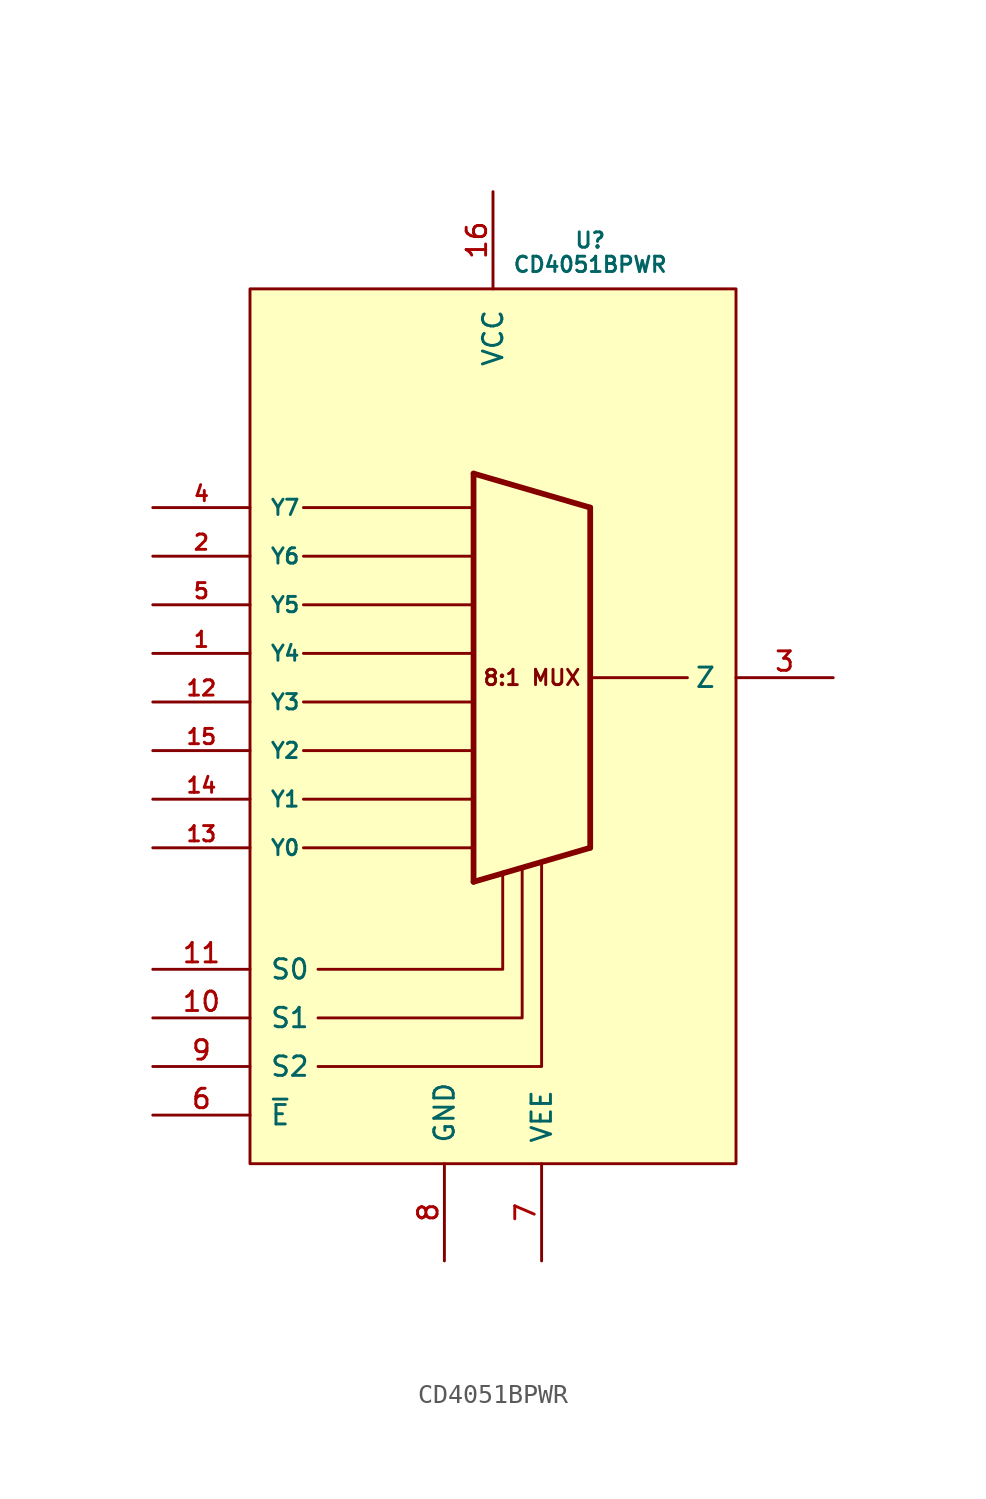
<source format=kicad_sym>
(kicad_symbol_lib
  (version 20231120)
  (generator "kicad_symbol_editor")
  (generator_version "8.0")
  (symbol "CD4051BPWR"
    (pin_names
      (offset 1.016))
    (property "Reference" "U"
      (at 5.08 25.4 0)
      (do_not_autoplace)
      (effects (font (size 0.8 0.8))))
    (property "Value" "CD4051BPWR"
      (at 5.08 24.13 0)
      (do_not_autoplace)
      (effects (font (size 0.8 0.8))))
    (symbol "CD4051BPWR_0_1"
      (polyline (pts (xy -9.906 -6.35) (xy -1.016 -6.35)) (stroke (width 0) (type default)) (fill (type none)))
      (polyline (pts (xy -9.906 -3.81) (xy -1.016 -3.81)) (stroke (width 0) (type default)) (fill (type none)))
      (polyline (pts (xy -9.906 -1.27) (xy -1.016 -1.27)) (stroke (width 0) (type default)) (fill (type none)))
      (polyline (pts (xy -9.906 1.27) (xy -1.016 1.27)) (stroke (width 0) (type default)) (fill (type none)))
      (polyline (pts (xy -9.906 3.81) (xy -1.016 3.81)) (stroke (width 0) (type default)) (fill (type none)))
      (polyline (pts (xy -9.906 6.35) (xy -1.016 6.35)) (stroke (width 0) (type default)) (fill (type none)))
      (polyline (pts (xy -9.906 8.89) (xy -1.016 8.89)) (stroke (width 0) (type default)) (fill (type none)))
      (polyline (pts (xy -9.906 11.43) (xy -1.016 11.43)) (stroke (width 0) (type default)) (fill (type none)))
      (polyline (pts (xy -9.144 -17.78) (xy 2.54 -17.78) (xy 2.54 -7.112)) (stroke (width 0) (type default)) (fill (type none))))
    (symbol "CD4051BPWR_1_0"
      (rectangle (start -12.7 22.86) (end 12.7 -22.86) (stroke (width 0) (type default)) (fill (type background)))
      (pin bidirectional line (at -17.78 3.81 0) (length 5.08) (name "Y4" (effects (font (size 0.8 0.8)))) (number "1" (effects (font (size 0.8 0.8)))))
      (pin bidirectional line (at -17.78 -15.24 0) (length 5.08) (name "S1" (effects (font (size 1.016 1.016)))) (number "10" (effects (font (size 1.016 1.016)))))
      (pin bidirectional line (at -17.78 -12.7 0) (length 5.08) (name "S0" (effects (font (size 1.016 1.016)))) (number "11" (effects (font (size 1.016 1.016)))))
      (pin bidirectional line (at -17.78 1.27 0) (length 5.08) (name "Y3" (effects (font (size 0.8 0.8)))) (number "12" (effects (font (size 0.8 0.8)))))
      (pin bidirectional line (at -17.78 -6.35 0) (length 5.08) (name "Y0" (effects (font (size 0.8 0.8)))) (number "13" (effects (font (size 0.8 0.8)))))
      (pin bidirectional line (at -17.78 -3.81 0) (length 5.08) (name "Y1" (effects (font (size 0.8 0.8)))) (number "14" (effects (font (size 0.8 0.8)))))
      (pin bidirectional line (at -17.78 -1.27 0) (length 5.08) (name "Y2" (effects (font (size 0.8 0.8)))) (number "15" (effects (font (size 0.8 0.8)))))
      (pin power_in line (at 0 27.94 270) (length 5.08) (name "VCC" (effects (font (size 1.016 1.016)))) (number "16" (effects (font (size 1.016 1.016)))))
      (pin bidirectional line (at -17.78 8.89 0) (length 5.08) (name "Y6" (effects (font (size 0.8 0.8)))) (number "2" (effects (font (size 0.8 0.8)))))
      (pin bidirectional line (at 17.78 2.54 180) (length 5.08) (name "Z" (effects (font (size 1.016 1.016)))) (number "3" (effects (font (size 1.016 1.016)))))
      (pin bidirectional line (at -17.78 11.43 0) (length 5.08) (name "Y7" (effects (font (size 0.8 0.8)))) (number "4" (effects (font (size 0.8 0.8)))))
      (pin bidirectional line (at -17.78 6.35 0) (length 5.08) (name "Y5" (effects (font (size 0.8 0.8)))) (number "5" (effects (font (size 0.8 0.8)))))
      (pin bidirectional line (at -17.78 -20.32 0) (length 5.08) (name "~{E}" (effects (font (size 1.016 1.016)))) (number "6" (effects (font (size 1.016 1.016)))))
      (pin power_in line (at 2.54 -27.94 90) (length 5.08) (name "VEE" (effects (font (size 1.016 1.016)))) (number "7" (effects (font (size 1.016 1.016)))))
      (pin power_in line (at -2.54 -27.94 90) (length 5.08) (name "GND" (effects (font (size 1.016 1.016)))) (number "8" (effects (font (size 1.016 1.016)))))
      (pin bidirectional line (at -17.78 -17.78 0) (length 5.08) (name "S2" (effects (font (size 1.016 1.016)))) (number "9" (effects (font (size 1.016 1.016))))))
    (symbol "CD4051BPWR_1_1"
      (polyline (pts (xy -1.016 13.208) (xy -1.016 -8.128)) (stroke (width 0.3) (type default)) (fill (type none)))
      (polyline (pts (xy 5.08 -6.35) (xy -1.016 -8.128)) (stroke (width 0.3) (type default)) (fill (type none)))
      (polyline (pts (xy 5.08 -6.35) (xy 5.08 11.43)) (stroke (width 0.3) (type default)) (fill (type none)))
      (polyline (pts (xy 5.08 11.43) (xy -1.016 13.208)) (stroke (width 0.3) (type default)) (fill (type none)))
      (polyline (pts (xy 10.16 2.54) (xy 5.08 2.54)) (stroke (width 0) (type default)) (fill (type none)))
      (polyline (pts (xy -9.144 -15.24) (xy 1.524 -15.24) (xy 1.524 -7.366)) (stroke (width 0) (type default)) (fill (type none)))
      (polyline (pts (xy -9.144 -12.7) (xy 0.508 -12.7) (xy 0.508 -7.62)) (stroke (width 0) (type default)) (fill (type none)))
      (text "8:1 MUX" (at 2.032 2.54 0) (effects (font (size 0.8 0.8)))))))
</source>
